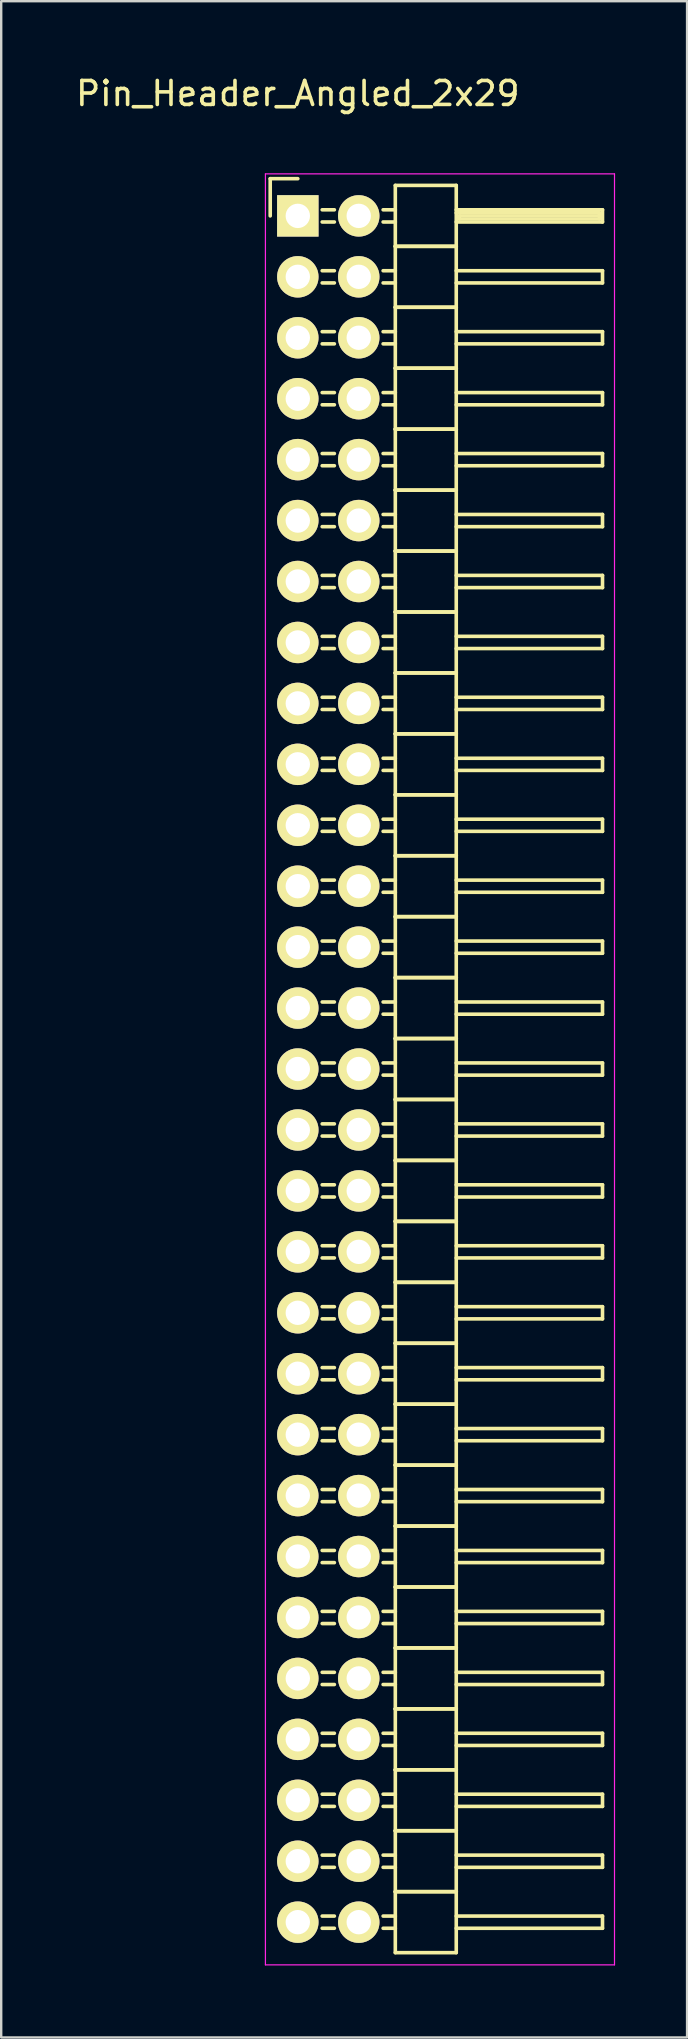
<source format=kicad_pcb>
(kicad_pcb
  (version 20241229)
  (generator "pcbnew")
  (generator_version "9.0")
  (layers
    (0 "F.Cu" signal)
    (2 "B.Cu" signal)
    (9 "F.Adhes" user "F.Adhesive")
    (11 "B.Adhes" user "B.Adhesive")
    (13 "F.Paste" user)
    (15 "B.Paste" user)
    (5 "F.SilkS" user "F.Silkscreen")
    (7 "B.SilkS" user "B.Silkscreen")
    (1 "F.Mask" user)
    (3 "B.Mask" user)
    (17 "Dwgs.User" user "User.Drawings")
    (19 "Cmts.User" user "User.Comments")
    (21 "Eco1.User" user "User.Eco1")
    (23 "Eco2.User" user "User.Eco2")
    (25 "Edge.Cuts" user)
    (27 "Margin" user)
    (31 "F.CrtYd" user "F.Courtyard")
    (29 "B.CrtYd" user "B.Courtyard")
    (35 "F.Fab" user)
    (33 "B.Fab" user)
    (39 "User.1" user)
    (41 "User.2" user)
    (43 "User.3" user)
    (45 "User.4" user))
  (footprint "Pin_Header_Angled_2x29"
    (layer "F.Cu")
    (at 9.363 5.948)
    (property "Reference" "Pin_Header_Angled_2x29" (at 0 -5.1 0) (layer "F.SilkS") (effects (font (size 1 1) (thickness 0.15))))
    (attr through_hole)
    (fp_line (start -1.15 -1.55) (end -1.15 0) (stroke (width 0.15) (type solid)) (layer "F.SilkS"))
    (fp_line (start 0 -1.55) (end -1.15 -1.55) (stroke (width 0.15) (type solid)) (layer "F.SilkS"))
    (fp_line (start 1.524 -0.254) (end 1.016 -0.254) (stroke (width 0.15) (type solid)) (layer "F.SilkS"))
    (fp_line (start 1.524 0.254) (end 1.016 0.254) (stroke (width 0.15) (type solid)) (layer "F.SilkS"))
    (fp_line (start 1.524 2.286) (end 1.016 2.286) (stroke (width 0.15) (type solid)) (layer "F.SilkS"))
    (fp_line (start 1.524 2.794) (end 1.016 2.794) (stroke (width 0.15) (type solid)) (layer "F.SilkS"))
    (fp_line (start 1.524 4.826) (end 1.016 4.826) (stroke (width 0.15) (type solid)) (layer "F.SilkS"))
    (fp_line (start 1.524 5.334) (end 1.016 5.334) (stroke (width 0.15) (type solid)) (layer "F.SilkS"))
    (fp_line (start 1.524 7.366) (end 1.016 7.366) (stroke (width 0.15) (type solid)) (layer "F.SilkS"))
    (fp_line (start 1.524 7.874) (end 1.016 7.874) (stroke (width 0.15) (type solid)) (layer "F.SilkS"))
    (fp_line (start 1.524 9.906) (end 1.016 9.906) (stroke (width 0.15) (type solid)) (layer "F.SilkS"))
    (fp_line (start 1.524 10.414) (end 1.016 10.414) (stroke (width 0.15) (type solid)) (layer "F.SilkS"))
    (fp_line (start 1.524 12.446) (end 1.016 12.446) (stroke (width 0.15) (type solid)) (layer "F.SilkS"))
    (fp_line (start 1.524 12.954) (end 1.016 12.954) (stroke (width 0.15) (type solid)) (layer "F.SilkS"))
    (fp_line (start 1.524 14.986) (end 1.016 14.986) (stroke (width 0.15) (type solid)) (layer "F.SilkS"))
    (fp_line (start 1.524 15.494) (end 1.016 15.494) (stroke (width 0.15) (type solid)) (layer "F.SilkS"))
    (fp_line (start 1.524 17.526) (end 1.016 17.526) (stroke (width 0.15) (type solid)) (layer "F.SilkS"))
    (fp_line (start 1.524 18.034) (end 1.016 18.034) (stroke (width 0.15) (type solid)) (layer "F.SilkS"))
    (fp_line (start 1.524 20.066) (end 1.016 20.066) (stroke (width 0.15) (type solid)) (layer "F.SilkS"))
    (fp_line (start 1.524 20.574) (end 1.016 20.574) (stroke (width 0.15) (type solid)) (layer "F.SilkS"))
    (fp_line (start 1.524 22.606) (end 1.016 22.606) (stroke (width 0.15) (type solid)) (layer "F.SilkS"))
    (fp_line (start 1.524 23.114) (end 1.016 23.114) (stroke (width 0.15) (type solid)) (layer "F.SilkS"))
    (fp_line (start 1.524 25.146) (end 1.016 25.146) (stroke (width 0.15) (type solid)) (layer "F.SilkS"))
    (fp_line (start 1.524 25.654) (end 1.016 25.654) (stroke (width 0.15) (type solid)) (layer "F.SilkS"))
    (fp_line (start 1.524 27.686) (end 1.016 27.686) (stroke (width 0.15) (type solid)) (layer "F.SilkS"))
    (fp_line (start 1.524 28.194) (end 1.016 28.194) (stroke (width 0.15) (type solid)) (layer "F.SilkS"))
    (fp_line (start 1.524 30.226) (end 1.016 30.226) (stroke (width 0.15) (type solid)) (layer "F.SilkS"))
    (fp_line (start 1.524 30.734) (end 1.016 30.734) (stroke (width 0.15) (type solid)) (layer "F.SilkS"))
    (fp_line (start 1.524 32.766) (end 1.016 32.766) (stroke (width 0.15) (type solid)) (layer "F.SilkS"))
    (fp_line (start 1.524 33.274) (end 1.016 33.274) (stroke (width 0.15) (type solid)) (layer "F.SilkS"))
    (fp_line (start 1.524 35.306) (end 1.016 35.306) (stroke (width 0.15) (type solid)) (layer "F.SilkS"))
    (fp_line (start 1.524 35.814) (end 1.016 35.814) (stroke (width 0.15) (type solid)) (layer "F.SilkS"))
    (fp_line (start 1.524 37.846) (end 1.016 37.846) (stroke (width 0.15) (type solid)) (layer "F.SilkS"))
    (fp_line (start 1.524 38.354) (end 1.016 38.354) (stroke (width 0.15) (type solid)) (layer "F.SilkS"))
    (fp_line (start 1.524 40.386) (end 1.016 40.386) (stroke (width 0.15) (type solid)) (layer "F.SilkS"))
    (fp_line (start 1.524 40.894) (end 1.016 40.894) (stroke (width 0.15) (type solid)) (layer "F.SilkS"))
    (fp_line (start 1.524 42.926) (end 1.016 42.926) (stroke (width 0.15) (type solid)) (layer "F.SilkS"))
    (fp_line (start 1.524 43.434) (end 1.016 43.434) (stroke (width 0.15) (type solid)) (layer "F.SilkS"))
    (fp_line (start 1.524 45.466) (end 1.016 45.466) (stroke (width 0.15) (type solid)) (layer "F.SilkS"))
    (fp_line (start 1.524 45.974) (end 1.016 45.974) (stroke (width 0.15) (type solid)) (layer "F.SilkS"))
    (fp_line (start 1.524 48.006) (end 1.016 48.006) (stroke (width 0.15) (type solid)) (layer "F.SilkS"))
    (fp_line (start 1.524 48.514) (end 1.016 48.514) (stroke (width 0.15) (type solid)) (layer "F.SilkS"))
    (fp_line (start 1.524 50.546) (end 1.016 50.546) (stroke (width 0.15) (type solid)) (layer "F.SilkS"))
    (fp_line (start 1.524 51.054) (end 1.016 51.054) (stroke (width 0.15) (type solid)) (layer "F.SilkS"))
    (fp_line (start 1.524 53.086) (end 1.016 53.086) (stroke (width 0.15) (type solid)) (layer "F.SilkS"))
    (fp_line (start 1.524 53.594) (end 1.016 53.594) (stroke (width 0.15) (type solid)) (layer "F.SilkS"))
    (fp_line (start 1.524 55.626) (end 1.016 55.626) (stroke (width 0.15) (type solid)) (layer "F.SilkS"))
    (fp_line (start 1.524 56.134) (end 1.016 56.134) (stroke (width 0.15) (type solid)) (layer "F.SilkS"))
    (fp_line (start 1.524 58.166) (end 1.016 58.166) (stroke (width 0.15) (type solid)) (layer "F.SilkS"))
    (fp_line (start 1.524 58.674) (end 1.016 58.674) (stroke (width 0.15) (type solid)) (layer "F.SilkS"))
    (fp_line (start 1.524 60.706) (end 1.016 60.706) (stroke (width 0.15) (type solid)) (layer "F.SilkS"))
    (fp_line (start 1.524 61.214) (end 1.016 61.214) (stroke (width 0.15) (type solid)) (layer "F.SilkS"))
    (fp_line (start 1.524 63.246) (end 1.016 63.246) (stroke (width 0.15) (type solid)) (layer "F.SilkS"))
    (fp_line (start 1.524 63.754) (end 1.016 63.754) (stroke (width 0.15) (type solid)) (layer "F.SilkS"))
    (fp_line (start 1.524 65.786) (end 1.016 65.786) (stroke (width 0.15) (type solid)) (layer "F.SilkS"))
    (fp_line (start 1.524 66.294) (end 1.016 66.294) (stroke (width 0.15) (type solid)) (layer "F.SilkS"))
    (fp_line (start 1.524 68.326) (end 1.016 68.326) (stroke (width 0.15) (type solid)) (layer "F.SilkS"))
    (fp_line (start 1.524 68.834) (end 1.016 68.834) (stroke (width 0.15) (type solid)) (layer "F.SilkS"))
    (fp_line (start 1.524 70.866) (end 1.016 70.866) (stroke (width 0.15) (type solid)) (layer "F.SilkS"))
    (fp_line (start 1.524 71.374) (end 1.016 71.374) (stroke (width 0.15) (type solid)) (layer "F.SilkS"))
    (fp_line (start 4.064 -1.27) (end 4.064 1.27) (stroke (width 0.15) (type solid)) (layer "F.SilkS"))
    (fp_line (start 4.064 -1.27) (end 6.604 -1.27) (stroke (width 0.15) (type solid)) (layer "F.SilkS"))
    (fp_line (start 4.064 -0.254) (end 3.556 -0.254) (stroke (width 0.15) (type solid)) (layer "F.SilkS"))
    (fp_line (start 4.064 0.254) (end 3.556 0.254) (stroke (width 0.15) (type solid)) (layer "F.SilkS"))
    (fp_line (start 4.064 1.27) (end 4.064 3.81) (stroke (width 0.15) (type solid)) (layer "F.SilkS"))
    (fp_line (start 4.064 1.27) (end 6.604 1.27) (stroke (width 0.15) (type solid)) (layer "F.SilkS"))
    (fp_line (start 4.064 1.27) (end 6.604 1.27) (stroke (width 0.15) (type solid)) (layer "F.SilkS"))
    (fp_line (start 4.064 2.286) (end 3.556 2.286) (stroke (width 0.15) (type solid)) (layer "F.SilkS"))
    (fp_line (start 4.064 2.794) (end 3.556 2.794) (stroke (width 0.15) (type solid)) (layer "F.SilkS"))
    (fp_line (start 4.064 3.81) (end 4.064 6.35) (stroke (width 0.15) (type solid)) (layer "F.SilkS"))
    (fp_line (start 4.064 3.81) (end 6.604 3.81) (stroke (width 0.15) (type solid)) (layer "F.SilkS"))
    (fp_line (start 4.064 3.81) (end 6.604 3.81) (stroke (width 0.15) (type solid)) (layer "F.SilkS"))
    (fp_line (start 4.064 4.826) (end 3.556 4.826) (stroke (width 0.15) (type solid)) (layer "F.SilkS"))
    (fp_line (start 4.064 5.334) (end 3.556 5.334) (stroke (width 0.15) (type solid)) (layer "F.SilkS"))
    (fp_line (start 4.064 6.35) (end 4.064 8.89) (stroke (width 0.15) (type solid)) (layer "F.SilkS"))
    (fp_line (start 4.064 6.35) (end 6.604 6.35) (stroke (width 0.15) (type solid)) (layer "F.SilkS"))
    (fp_line (start 4.064 6.35) (end 6.604 6.35) (stroke (width 0.15) (type solid)) (layer "F.SilkS"))
    (fp_line (start 4.064 7.366) (end 3.556 7.366) (stroke (width 0.15) (type solid)) (layer "F.SilkS"))
    (fp_line (start 4.064 7.874) (end 3.556 7.874) (stroke (width 0.15) (type solid)) (layer "F.SilkS"))
    (fp_line (start 4.064 8.89) (end 4.064 11.43) (stroke (width 0.15) (type solid)) (layer "F.SilkS"))
    (fp_line (start 4.064 8.89) (end 6.604 8.89) (stroke (width 0.15) (type solid)) (layer "F.SilkS"))
    (fp_line (start 4.064 8.89) (end 6.604 8.89) (stroke (width 0.15) (type solid)) (layer "F.SilkS"))
    (fp_line (start 4.064 9.906) (end 3.556 9.906) (stroke (width 0.15) (type solid)) (layer "F.SilkS"))
    (fp_line (start 4.064 10.414) (end 3.556 10.414) (stroke (width 0.15) (type solid)) (layer "F.SilkS"))
    (fp_line (start 4.064 11.43) (end 4.064 13.97) (stroke (width 0.15) (type solid)) (layer "F.SilkS"))
    (fp_line (start 4.064 11.43) (end 6.604 11.43) (stroke (width 0.15) (type solid)) (layer "F.SilkS"))
    (fp_line (start 4.064 11.43) (end 6.604 11.43) (stroke (width 0.15) (type solid)) (layer "F.SilkS"))
    (fp_line (start 4.064 12.446) (end 3.556 12.446) (stroke (width 0.15) (type solid)) (layer "F.SilkS"))
    (fp_line (start 4.064 12.954) (end 3.556 12.954) (stroke (width 0.15) (type solid)) (layer "F.SilkS"))
    (fp_line (start 4.064 13.97) (end 4.064 16.51) (stroke (width 0.15) (type solid)) (layer "F.SilkS"))
    (fp_line (start 4.064 13.97) (end 6.604 13.97) (stroke (width 0.15) (type solid)) (layer "F.SilkS"))
    (fp_line (start 4.064 13.97) (end 6.604 13.97) (stroke (width 0.15) (type solid)) (layer "F.SilkS"))
    (fp_line (start 4.064 14.986) (end 3.556 14.986) (stroke (width 0.15) (type solid)) (layer "F.SilkS"))
    (fp_line (start 4.064 15.494) (end 3.556 15.494) (stroke (width 0.15) (type solid)) (layer "F.SilkS"))
    (fp_line (start 4.064 16.51) (end 4.064 19.05) (stroke (width 0.15) (type solid)) (layer "F.SilkS"))
    (fp_line (start 4.064 16.51) (end 6.604 16.51) (stroke (width 0.15) (type solid)) (layer "F.SilkS"))
    (fp_line (start 4.064 16.51) (end 6.604 16.51) (stroke (width 0.15) (type solid)) (layer "F.SilkS"))
    (fp_line (start 4.064 17.526) (end 3.556 17.526) (stroke (width 0.15) (type solid)) (layer "F.SilkS"))
    (fp_line (start 4.064 18.034) (end 3.556 18.034) (stroke (width 0.15) (type solid)) (layer "F.SilkS"))
    (fp_line (start 4.064 19.05) (end 4.064 21.59) (stroke (width 0.15) (type solid)) (layer "F.SilkS"))
    (fp_line (start 4.064 19.05) (end 6.604 19.05) (stroke (width 0.15) (type solid)) (layer "F.SilkS"))
    (fp_line (start 4.064 19.05) (end 6.604 19.05) (stroke (width 0.15) (type solid)) (layer "F.SilkS"))
    (fp_line (start 4.064 20.066) (end 3.556 20.066) (stroke (width 0.15) (type solid)) (layer "F.SilkS"))
    (fp_line (start 4.064 20.574) (end 3.556 20.574) (stroke (width 0.15) (type solid)) (layer "F.SilkS"))
    (fp_line (start 4.064 21.59) (end 4.064 24.13) (stroke (width 0.15) (type solid)) (layer "F.SilkS"))
    (fp_line (start 4.064 21.59) (end 6.604 21.59) (stroke (width 0.15) (type solid)) (layer "F.SilkS"))
    (fp_line (start 4.064 21.59) (end 6.604 21.59) (stroke (width 0.15) (type solid)) (layer "F.SilkS"))
    (fp_line (start 4.064 22.606) (end 3.556 22.606) (stroke (width 0.15) (type solid)) (layer "F.SilkS"))
    (fp_line (start 4.064 23.114) (end 3.556 23.114) (stroke (width 0.15) (type solid)) (layer "F.SilkS"))
    (fp_line (start 4.064 24.13) (end 4.064 26.67) (stroke (width 0.15) (type solid)) (layer "F.SilkS"))
    (fp_line (start 4.064 24.13) (end 6.604 24.13) (stroke (width 0.15) (type solid)) (layer "F.SilkS"))
    (fp_line (start 4.064 24.13) (end 6.604 24.13) (stroke (width 0.15) (type solid)) (layer "F.SilkS"))
    (fp_line (start 4.064 25.146) (end 3.556 25.146) (stroke (width 0.15) (type solid)) (layer "F.SilkS"))
    (fp_line (start 4.064 25.654) (end 3.556 25.654) (stroke (width 0.15) (type solid)) (layer "F.SilkS"))
    (fp_line (start 4.064 26.67) (end 4.064 29.21) (stroke (width 0.15) (type solid)) (layer "F.SilkS"))
    (fp_line (start 4.064 26.67) (end 6.604 26.67) (stroke (width 0.15) (type solid)) (layer "F.SilkS"))
    (fp_line (start 4.064 26.67) (end 6.604 26.67) (stroke (width 0.15) (type solid)) (layer "F.SilkS"))
    (fp_line (start 4.064 27.686) (end 3.556 27.686) (stroke (width 0.15) (type solid)) (layer "F.SilkS"))
    (fp_line (start 4.064 28.194) (end 3.556 28.194) (stroke (width 0.15) (type solid)) (layer "F.SilkS"))
    (fp_line (start 4.064 29.21) (end 4.064 31.75) (stroke (width 0.15) (type solid)) (layer "F.SilkS"))
    (fp_line (start 4.064 29.21) (end 6.604 29.21) (stroke (width 0.15) (type solid)) (layer "F.SilkS"))
    (fp_line (start 4.064 29.21) (end 6.604 29.21) (stroke (width 0.15) (type solid)) (layer "F.SilkS"))
    (fp_line (start 4.064 30.226) (end 3.556 30.226) (stroke (width 0.15) (type solid)) (layer "F.SilkS"))
    (fp_line (start 4.064 30.734) (end 3.556 30.734) (stroke (width 0.15) (type solid)) (layer "F.SilkS"))
    (fp_line (start 4.064 31.75) (end 4.064 34.29) (stroke (width 0.15) (type solid)) (layer "F.SilkS"))
    (fp_line (start 4.064 31.75) (end 6.604 31.75) (stroke (width 0.15) (type solid)) (layer "F.SilkS"))
    (fp_line (start 4.064 31.75) (end 6.604 31.75) (stroke (width 0.15) (type solid)) (layer "F.SilkS"))
    (fp_line (start 4.064 32.766) (end 3.556 32.766) (stroke (width 0.15) (type solid)) (layer "F.SilkS"))
    (fp_line (start 4.064 33.274) (end 3.556 33.274) (stroke (width 0.15) (type solid)) (layer "F.SilkS"))
    (fp_line (start 4.064 34.29) (end 4.064 36.83) (stroke (width 0.15) (type solid)) (layer "F.SilkS"))
    (fp_line (start 4.064 34.29) (end 6.604 34.29) (stroke (width 0.15) (type solid)) (layer "F.SilkS"))
    (fp_line (start 4.064 34.29) (end 6.604 34.29) (stroke (width 0.15) (type solid)) (layer "F.SilkS"))
    (fp_line (start 4.064 35.306) (end 3.556 35.306) (stroke (width 0.15) (type solid)) (layer "F.SilkS"))
    (fp_line (start 4.064 35.814) (end 3.556 35.814) (stroke (width 0.15) (type solid)) (layer "F.SilkS"))
    (fp_line (start 4.064 36.83) (end 4.064 39.37) (stroke (width 0.15) (type solid)) (layer "F.SilkS"))
    (fp_line (start 4.064 36.83) (end 6.604 36.83) (stroke (width 0.15) (type solid)) (layer "F.SilkS"))
    (fp_line (start 4.064 36.83) (end 6.604 36.83) (stroke (width 0.15) (type solid)) (layer "F.SilkS"))
    (fp_line (start 4.064 37.846) (end 3.556 37.846) (stroke (width 0.15) (type solid)) (layer "F.SilkS"))
    (fp_line (start 4.064 38.354) (end 3.556 38.354) (stroke (width 0.15) (type solid)) (layer "F.SilkS"))
    (fp_line (start 4.064 39.37) (end 4.064 41.91) (stroke (width 0.15) (type solid)) (layer "F.SilkS"))
    (fp_line (start 4.064 39.37) (end 6.604 39.37) (stroke (width 0.15) (type solid)) (layer "F.SilkS"))
    (fp_line (start 4.064 39.37) (end 6.604 39.37) (stroke (width 0.15) (type solid)) (layer "F.SilkS"))
    (fp_line (start 4.064 40.386) (end 3.556 40.386) (stroke (width 0.15) (type solid)) (layer "F.SilkS"))
    (fp_line (start 4.064 40.894) (end 3.556 40.894) (stroke (width 0.15) (type solid)) (layer "F.SilkS"))
    (fp_line (start 4.064 41.91) (end 4.064 44.45) (stroke (width 0.15) (type solid)) (layer "F.SilkS"))
    (fp_line (start 4.064 41.91) (end 6.604 41.91) (stroke (width 0.15) (type solid)) (layer "F.SilkS"))
    (fp_line (start 4.064 41.91) (end 6.604 41.91) (stroke (width 0.15) (type solid)) (layer "F.SilkS"))
    (fp_line (start 4.064 42.926) (end 3.556 42.926) (stroke (width 0.15) (type solid)) (layer "F.SilkS"))
    (fp_line (start 4.064 43.434) (end 3.556 43.434) (stroke (width 0.15) (type solid)) (layer "F.SilkS"))
    (fp_line (start 4.064 44.45) (end 4.064 46.99) (stroke (width 0.15) (type solid)) (layer "F.SilkS"))
    (fp_line (start 4.064 44.45) (end 6.604 44.45) (stroke (width 0.15) (type solid)) (layer "F.SilkS"))
    (fp_line (start 4.064 44.45) (end 6.604 44.45) (stroke (width 0.15) (type solid)) (layer "F.SilkS"))
    (fp_line (start 4.064 45.466) (end 3.556 45.466) (stroke (width 0.15) (type solid)) (layer "F.SilkS"))
    (fp_line (start 4.064 45.974) (end 3.556 45.974) (stroke (width 0.15) (type solid)) (layer "F.SilkS"))
    (fp_line (start 4.064 46.99) (end 4.064 49.53) (stroke (width 0.15) (type solid)) (layer "F.SilkS"))
    (fp_line (start 4.064 46.99) (end 6.604 46.99) (stroke (width 0.15) (type solid)) (layer "F.SilkS"))
    (fp_line (start 4.064 46.99) (end 6.604 46.99) (stroke (width 0.15) (type solid)) (layer "F.SilkS"))
    (fp_line (start 4.064 48.006) (end 3.556 48.006) (stroke (width 0.15) (type solid)) (layer "F.SilkS"))
    (fp_line (start 4.064 48.514) (end 3.556 48.514) (stroke (width 0.15) (type solid)) (layer "F.SilkS"))
    (fp_line (start 4.064 49.53) (end 4.064 52.07) (stroke (width 0.15) (type solid)) (layer "F.SilkS"))
    (fp_line (start 4.064 49.53) (end 6.604 49.53) (stroke (width 0.15) (type solid)) (layer "F.SilkS"))
    (fp_line (start 4.064 49.53) (end 6.604 49.53) (stroke (width 0.15) (type solid)) (layer "F.SilkS"))
    (fp_line (start 4.064 50.546) (end 3.556 50.546) (stroke (width 0.15) (type solid)) (layer "F.SilkS"))
    (fp_line (start 4.064 51.054) (end 3.556 51.054) (stroke (width 0.15) (type solid)) (layer "F.SilkS"))
    (fp_line (start 4.064 52.07) (end 4.064 54.61) (stroke (width 0.15) (type solid)) (layer "F.SilkS"))
    (fp_line (start 4.064 52.07) (end 6.604 52.07) (stroke (width 0.15) (type solid)) (layer "F.SilkS"))
    (fp_line (start 4.064 52.07) (end 6.604 52.07) (stroke (width 0.15) (type solid)) (layer "F.SilkS"))
    (fp_line (start 4.064 53.086) (end 3.556 53.086) (stroke (width 0.15) (type solid)) (layer "F.SilkS"))
    (fp_line (start 4.064 53.594) (end 3.556 53.594) (stroke (width 0.15) (type solid)) (layer "F.SilkS"))
    (fp_line (start 4.064 54.61) (end 4.064 57.15) (stroke (width 0.15) (type solid)) (layer "F.SilkS"))
    (fp_line (start 4.064 54.61) (end 6.604 54.61) (stroke (width 0.15) (type solid)) (layer "F.SilkS"))
    (fp_line (start 4.064 54.61) (end 6.604 54.61) (stroke (width 0.15) (type solid)) (layer "F.SilkS"))
    (fp_line (start 4.064 55.626) (end 3.556 55.626) (stroke (width 0.15) (type solid)) (layer "F.SilkS"))
    (fp_line (start 4.064 56.134) (end 3.556 56.134) (stroke (width 0.15) (type solid)) (layer "F.SilkS"))
    (fp_line (start 4.064 57.15) (end 4.064 59.69) (stroke (width 0.15) (type solid)) (layer "F.SilkS"))
    (fp_line (start 4.064 57.15) (end 6.604 57.15) (stroke (width 0.15) (type solid)) (layer "F.SilkS"))
    (fp_line (start 4.064 57.15) (end 6.604 57.15) (stroke (width 0.15) (type solid)) (layer "F.SilkS"))
    (fp_line (start 4.064 58.166) (end 3.556 58.166) (stroke (width 0.15) (type solid)) (layer "F.SilkS"))
    (fp_line (start 4.064 58.674) (end 3.556 58.674) (stroke (width 0.15) (type solid)) (layer "F.SilkS"))
    (fp_line (start 4.064 59.69) (end 4.064 62.23) (stroke (width 0.15) (type solid)) (layer "F.SilkS"))
    (fp_line (start 4.064 59.69) (end 6.604 59.69) (stroke (width 0.15) (type solid)) (layer "F.SilkS"))
    (fp_line (start 4.064 59.69) (end 6.604 59.69) (stroke (width 0.15) (type solid)) (layer "F.SilkS"))
    (fp_line (start 4.064 60.706) (end 3.556 60.706) (stroke (width 0.15) (type solid)) (layer "F.SilkS"))
    (fp_line (start 4.064 61.214) (end 3.556 61.214) (stroke (width 0.15) (type solid)) (layer "F.SilkS"))
    (fp_line (start 4.064 62.23) (end 4.064 64.77) (stroke (width 0.15) (type solid)) (layer "F.SilkS"))
    (fp_line (start 4.064 62.23) (end 6.604 62.23) (stroke (width 0.15) (type solid)) (layer "F.SilkS"))
    (fp_line (start 4.064 62.23) (end 6.604 62.23) (stroke (width 0.15) (type solid)) (layer "F.SilkS"))
    (fp_line (start 4.064 63.246) (end 3.556 63.246) (stroke (width 0.15) (type solid)) (layer "F.SilkS"))
    (fp_line (start 4.064 63.754) (end 3.556 63.754) (stroke (width 0.15) (type solid)) (layer "F.SilkS"))
    (fp_line (start 4.064 64.77) (end 4.064 67.31) (stroke (width 0.15) (type solid)) (layer "F.SilkS"))
    (fp_line (start 4.064 64.77) (end 6.604 64.77) (stroke (width 0.15) (type solid)) (layer "F.SilkS"))
    (fp_line (start 4.064 64.77) (end 6.604 64.77) (stroke (width 0.15) (type solid)) (layer "F.SilkS"))
    (fp_line (start 4.064 65.786) (end 3.556 65.786) (stroke (width 0.15) (type solid)) (layer "F.SilkS"))
    (fp_line (start 4.064 66.294) (end 3.556 66.294) (stroke (width 0.15) (type solid)) (layer "F.SilkS"))
    (fp_line (start 4.064 67.31) (end 4.064 69.85) (stroke (width 0.15) (type solid)) (layer "F.SilkS"))
    (fp_line (start 4.064 67.31) (end 6.604 67.31) (stroke (width 0.15) (type solid)) (layer "F.SilkS"))
    (fp_line (start 4.064 67.31) (end 6.604 67.31) (stroke (width 0.15) (type solid)) (layer "F.SilkS"))
    (fp_line (start 4.064 68.326) (end 3.556 68.326) (stroke (width 0.15) (type solid)) (layer "F.SilkS"))
    (fp_line (start 4.064 68.834) (end 3.556 68.834) (stroke (width 0.15) (type solid)) (layer "F.SilkS"))
    (fp_line (start 4.064 69.85) (end 4.064 72.39) (stroke (width 0.15) (type solid)) (layer "F.SilkS"))
    (fp_line (start 4.064 69.85) (end 6.604 69.85) (stroke (width 0.15) (type solid)) (layer "F.SilkS"))
    (fp_line (start 4.064 69.85) (end 6.604 69.85) (stroke (width 0.15) (type solid)) (layer "F.SilkS"))
    (fp_line (start 4.064 70.866) (end 3.556 70.866) (stroke (width 0.15) (type solid)) (layer "F.SilkS"))
    (fp_line (start 4.064 71.374) (end 3.556 71.374) (stroke (width 0.15) (type solid)) (layer "F.SilkS"))
    (fp_line (start 4.064 72.39) (end 6.604 72.39) (stroke (width 0.15) (type solid)) (layer "F.SilkS"))
    (fp_line (start 6.604 -0.254) (end 12.7 -0.254) (stroke (width 0.15) (type solid)) (layer "F.SilkS"))
    (fp_line (start 6.604 -0.127) (end 12.573 -0.127) (stroke (width 0.15) (type solid)) (layer "F.SilkS"))
    (fp_line (start 6.604 1.27) (end 6.604 -1.27) (stroke (width 0.15) (type solid)) (layer "F.SilkS"))
    (fp_line (start 6.604 2.286) (end 12.7 2.286) (stroke (width 0.15) (type solid)) (layer "F.SilkS"))
    (fp_line (start 6.604 3.81) (end 6.604 1.27) (stroke (width 0.15) (type solid)) (layer "F.SilkS"))
    (fp_line (start 6.604 4.826) (end 12.7 4.826) (stroke (width 0.15) (type solid)) (layer "F.SilkS"))
    (fp_line (start 6.604 6.35) (end 6.604 3.81) (stroke (width 0.15) (type solid)) (layer "F.SilkS"))
    (fp_line (start 6.604 7.366) (end 12.7 7.366) (stroke (width 0.15) (type solid)) (layer "F.SilkS"))
    (fp_line (start 6.604 8.89) (end 6.604 6.35) (stroke (width 0.15) (type solid)) (layer "F.SilkS"))
    (fp_line (start 6.604 9.906) (end 12.7 9.906) (stroke (width 0.15) (type solid)) (layer "F.SilkS"))
    (fp_line (start 6.604 11.43) (end 6.604 8.89) (stroke (width 0.15) (type solid)) (layer "F.SilkS"))
    (fp_line (start 6.604 12.446) (end 12.7 12.446) (stroke (width 0.15) (type solid)) (layer "F.SilkS"))
    (fp_line (start 6.604 13.97) (end 6.604 11.43) (stroke (width 0.15) (type solid)) (layer "F.SilkS"))
    (fp_line (start 6.604 14.986) (end 12.7 14.986) (stroke (width 0.15) (type solid)) (layer "F.SilkS"))
    (fp_line (start 6.604 16.51) (end 6.604 13.97) (stroke (width 0.15) (type solid)) (layer "F.SilkS"))
    (fp_line (start 6.604 17.526) (end 12.7 17.526) (stroke (width 0.15) (type solid)) (layer "F.SilkS"))
    (fp_line (start 6.604 19.05) (end 6.604 16.51) (stroke (width 0.15) (type solid)) (layer "F.SilkS"))
    (fp_line (start 6.604 20.066) (end 12.7 20.066) (stroke (width 0.15) (type solid)) (layer "F.SilkS"))
    (fp_line (start 6.604 21.59) (end 6.604 19.05) (stroke (width 0.15) (type solid)) (layer "F.SilkS"))
    (fp_line (start 6.604 22.606) (end 12.7 22.606) (stroke (width 0.15) (type solid)) (layer "F.SilkS"))
    (fp_line (start 6.604 24.13) (end 6.604 21.59) (stroke (width 0.15) (type solid)) (layer "F.SilkS"))
    (fp_line (start 6.604 25.146) (end 12.7 25.146) (stroke (width 0.15) (type solid)) (layer "F.SilkS"))
    (fp_line (start 6.604 26.67) (end 6.604 24.13) (stroke (width 0.15) (type solid)) (layer "F.SilkS"))
    (fp_line (start 6.604 27.686) (end 12.7 27.686) (stroke (width 0.15) (type solid)) (layer "F.SilkS"))
    (fp_line (start 6.604 29.21) (end 6.604 26.67) (stroke (width 0.15) (type solid)) (layer "F.SilkS"))
    (fp_line (start 6.604 30.226) (end 12.7 30.226) (stroke (width 0.15) (type solid)) (layer "F.SilkS"))
    (fp_line (start 6.604 31.75) (end 6.604 29.21) (stroke (width 0.15) (type solid)) (layer "F.SilkS"))
    (fp_line (start 6.604 32.766) (end 12.7 32.766) (stroke (width 0.15) (type solid)) (layer "F.SilkS"))
    (fp_line (start 6.604 34.29) (end 6.604 31.75) (stroke (width 0.15) (type solid)) (layer "F.SilkS"))
    (fp_line (start 6.604 35.306) (end 12.7 35.306) (stroke (width 0.15) (type solid)) (layer "F.SilkS"))
    (fp_line (start 6.604 36.83) (end 6.604 34.29) (stroke (width 0.15) (type solid)) (layer "F.SilkS"))
    (fp_line (start 6.604 37.846) (end 12.7 37.846) (stroke (width 0.15) (type solid)) (layer "F.SilkS"))
    (fp_line (start 6.604 39.37) (end 6.604 36.83) (stroke (width 0.15) (type solid)) (layer "F.SilkS"))
    (fp_line (start 6.604 40.386) (end 12.7 40.386) (stroke (width 0.15) (type solid)) (layer "F.SilkS"))
    (fp_line (start 6.604 41.91) (end 6.604 39.37) (stroke (width 0.15) (type solid)) (layer "F.SilkS"))
    (fp_line (start 6.604 42.926) (end 12.7 42.926) (stroke (width 0.15) (type solid)) (layer "F.SilkS"))
    (fp_line (start 6.604 44.45) (end 6.604 41.91) (stroke (width 0.15) (type solid)) (layer "F.SilkS"))
    (fp_line (start 6.604 45.466) (end 12.7 45.466) (stroke (width 0.15) (type solid)) (layer "F.SilkS"))
    (fp_line (start 6.604 46.99) (end 6.604 44.45) (stroke (width 0.15) (type solid)) (layer "F.SilkS"))
    (fp_line (start 6.604 48.006) (end 12.7 48.006) (stroke (width 0.15) (type solid)) (layer "F.SilkS"))
    (fp_line (start 6.604 49.53) (end 6.604 46.99) (stroke (width 0.15) (type solid)) (layer "F.SilkS"))
    (fp_line (start 6.604 50.546) (end 12.7 50.546) (stroke (width 0.15) (type solid)) (layer "F.SilkS"))
    (fp_line (start 6.604 52.07) (end 6.604 49.53) (stroke (width 0.15) (type solid)) (layer "F.SilkS"))
    (fp_line (start 6.604 53.086) (end 12.7 53.086) (stroke (width 0.15) (type solid)) (layer "F.SilkS"))
    (fp_line (start 6.604 54.61) (end 6.604 52.07) (stroke (width 0.15) (type solid)) (layer "F.SilkS"))
    (fp_line (start 6.604 55.626) (end 12.7 55.626) (stroke (width 0.15) (type solid)) (layer "F.SilkS"))
    (fp_line (start 6.604 57.15) (end 6.604 54.61) (stroke (width 0.15) (type solid)) (layer "F.SilkS"))
    (fp_line (start 6.604 58.166) (end 12.7 58.166) (stroke (width 0.15) (type solid)) (layer "F.SilkS"))
    (fp_line (start 6.604 59.69) (end 6.604 57.15) (stroke (width 0.15) (type solid)) (layer "F.SilkS"))
    (fp_line (start 6.604 60.706) (end 12.7 60.706) (stroke (width 0.15) (type solid)) (layer "F.SilkS"))
    (fp_line (start 6.604 62.23) (end 6.604 59.69) (stroke (width 0.15) (type solid)) (layer "F.SilkS"))
    (fp_line (start 6.604 63.246) (end 12.7 63.246) (stroke (width 0.15) (type solid)) (layer "F.SilkS"))
    (fp_line (start 6.604 64.77) (end 6.604 62.23) (stroke (width 0.15) (type solid)) (layer "F.SilkS"))
    (fp_line (start 6.604 65.786) (end 12.7 65.786) (stroke (width 0.15) (type solid)) (layer "F.SilkS"))
    (fp_line (start 6.604 67.31) (end 6.604 64.77) (stroke (width 0.15) (type solid)) (layer "F.SilkS"))
    (fp_line (start 6.604 68.326) (end 12.7 68.326) (stroke (width 0.15) (type solid)) (layer "F.SilkS"))
    (fp_line (start 6.604 69.85) (end 6.604 67.31) (stroke (width 0.15) (type solid)) (layer "F.SilkS"))
    (fp_line (start 6.604 70.866) (end 12.7 70.866) (stroke (width 0.15) (type solid)) (layer "F.SilkS"))
    (fp_line (start 6.604 72.39) (end 6.604 69.85) (stroke (width 0.15) (type solid)) (layer "F.SilkS"))
    (fp_line (start 6.731 0) (end 12.573 0) (stroke (width 0.15) (type solid)) (layer "F.SilkS"))
    (fp_line (start 6.731 0.127) (end 6.731 0) (stroke (width 0.15) (type solid)) (layer "F.SilkS"))
    (fp_line (start 12.573 -0.127) (end 12.573 0.127) (stroke (width 0.15) (type solid)) (layer "F.SilkS"))
    (fp_line (start 12.573 0.127) (end 6.731 0.127) (stroke (width 0.15) (type solid)) (layer "F.SilkS"))
    (fp_line (start 12.7 -0.254) (end 12.7 0.254) (stroke (width 0.15) (type solid)) (layer "F.SilkS"))
    (fp_line (start 12.7 0.254) (end 6.604 0.254) (stroke (width 0.15) (type solid)) (layer "F.SilkS"))
    (fp_line (start 12.7 2.286) (end 12.7 2.794) (stroke (width 0.15) (type solid)) (layer "F.SilkS"))
    (fp_line (start 12.7 2.794) (end 6.604 2.794) (stroke (width 0.15) (type solid)) (layer "F.SilkS"))
    (fp_line (start 12.7 4.826) (end 12.7 5.334) (stroke (width 0.15) (type solid)) (layer "F.SilkS"))
    (fp_line (start 12.7 5.334) (end 6.604 5.334) (stroke (width 0.15) (type solid)) (layer "F.SilkS"))
    (fp_line (start 12.7 7.366) (end 12.7 7.874) (stroke (width 0.15) (type solid)) (layer "F.SilkS"))
    (fp_line (start 12.7 7.874) (end 6.604 7.874) (stroke (width 0.15) (type solid)) (layer "F.SilkS"))
    (fp_line (start 12.7 9.906) (end 12.7 10.414) (stroke (width 0.15) (type solid)) (layer "F.SilkS"))
    (fp_line (start 12.7 10.414) (end 6.604 10.414) (stroke (width 0.15) (type solid)) (layer "F.SilkS"))
    (fp_line (start 12.7 12.446) (end 12.7 12.954) (stroke (width 0.15) (type solid)) (layer "F.SilkS"))
    (fp_line (start 12.7 12.954) (end 6.604 12.954) (stroke (width 0.15) (type solid)) (layer "F.SilkS"))
    (fp_line (start 12.7 14.986) (end 12.7 15.494) (stroke (width 0.15) (type solid)) (layer "F.SilkS"))
    (fp_line (start 12.7 15.494) (end 6.604 15.494) (stroke (width 0.15) (type solid)) (layer "F.SilkS"))
    (fp_line (start 12.7 17.526) (end 12.7 18.034) (stroke (width 0.15) (type solid)) (layer "F.SilkS"))
    (fp_line (start 12.7 18.034) (end 6.604 18.034) (stroke (width 0.15) (type solid)) (layer "F.SilkS"))
    (fp_line (start 12.7 20.066) (end 12.7 20.574) (stroke (width 0.15) (type solid)) (layer "F.SilkS"))
    (fp_line (start 12.7 20.574) (end 6.604 20.574) (stroke (width 0.15) (type solid)) (layer "F.SilkS"))
    (fp_line (start 12.7 22.606) (end 12.7 23.114) (stroke (width 0.15) (type solid)) (layer "F.SilkS"))
    (fp_line (start 12.7 23.114) (end 6.604 23.114) (stroke (width 0.15) (type solid)) (layer "F.SilkS"))
    (fp_line (start 12.7 25.146) (end 12.7 25.654) (stroke (width 0.15) (type solid)) (layer "F.SilkS"))
    (fp_line (start 12.7 25.654) (end 6.604 25.654) (stroke (width 0.15) (type solid)) (layer "F.SilkS"))
    (fp_line (start 12.7 27.686) (end 12.7 28.194) (stroke (width 0.15) (type solid)) (layer "F.SilkS"))
    (fp_line (start 12.7 28.194) (end 6.604 28.194) (stroke (width 0.15) (type solid)) (layer "F.SilkS"))
    (fp_line (start 12.7 30.226) (end 12.7 30.734) (stroke (width 0.15) (type solid)) (layer "F.SilkS"))
    (fp_line (start 12.7 30.734) (end 6.604 30.734) (stroke (width 0.15) (type solid)) (layer "F.SilkS"))
    (fp_line (start 12.7 32.766) (end 12.7 33.274) (stroke (width 0.15) (type solid)) (layer "F.SilkS"))
    (fp_line (start 12.7 33.274) (end 6.604 33.274) (stroke (width 0.15) (type solid)) (layer "F.SilkS"))
    (fp_line (start 12.7 35.306) (end 12.7 35.814) (stroke (width 0.15) (type solid)) (layer "F.SilkS"))
    (fp_line (start 12.7 35.814) (end 6.604 35.814) (stroke (width 0.15) (type solid)) (layer "F.SilkS"))
    (fp_line (start 12.7 37.846) (end 12.7 38.354) (stroke (width 0.15) (type solid)) (layer "F.SilkS"))
    (fp_line (start 12.7 38.354) (end 6.604 38.354) (stroke (width 0.15) (type solid)) (layer "F.SilkS"))
    (fp_line (start 12.7 40.386) (end 12.7 40.894) (stroke (width 0.15) (type solid)) (layer "F.SilkS"))
    (fp_line (start 12.7 40.894) (end 6.604 40.894) (stroke (width 0.15) (type solid)) (layer "F.SilkS"))
    (fp_line (start 12.7 42.926) (end 12.7 43.434) (stroke (width 0.15) (type solid)) (layer "F.SilkS"))
    (fp_line (start 12.7 43.434) (end 6.604 43.434) (stroke (width 0.15) (type solid)) (layer "F.SilkS"))
    (fp_line (start 12.7 45.466) (end 12.7 45.974) (stroke (width 0.15) (type solid)) (layer "F.SilkS"))
    (fp_line (start 12.7 45.974) (end 6.604 45.974) (stroke (width 0.15) (type solid)) (layer "F.SilkS"))
    (fp_line (start 12.7 48.006) (end 12.7 48.514) (stroke (width 0.15) (type solid)) (layer "F.SilkS"))
    (fp_line (start 12.7 48.514) (end 6.604 48.514) (stroke (width 0.15) (type solid)) (layer "F.SilkS"))
    (fp_line (start 12.7 50.546) (end 12.7 51.054) (stroke (width 0.15) (type solid)) (layer "F.SilkS"))
    (fp_line (start 12.7 51.054) (end 6.604 51.054) (stroke (width 0.15) (type solid)) (layer "F.SilkS"))
    (fp_line (start 12.7 53.086) (end 12.7 53.594) (stroke (width 0.15) (type solid)) (layer "F.SilkS"))
    (fp_line (start 12.7 53.594) (end 6.604 53.594) (stroke (width 0.15) (type solid)) (layer "F.SilkS"))
    (fp_line (start 12.7 55.626) (end 12.7 56.134) (stroke (width 0.15) (type solid)) (layer "F.SilkS"))
    (fp_line (start 12.7 56.134) (end 6.604 56.134) (stroke (width 0.15) (type solid)) (layer "F.SilkS"))
    (fp_line (start 12.7 58.166) (end 12.7 58.674) (stroke (width 0.15) (type solid)) (layer "F.SilkS"))
    (fp_line (start 12.7 58.674) (end 6.604 58.674) (stroke (width 0.15) (type solid)) (layer "F.SilkS"))
    (fp_line (start 12.7 60.706) (end 12.7 61.214) (stroke (width 0.15) (type solid)) (layer "F.SilkS"))
    (fp_line (start 12.7 61.214) (end 6.604 61.214) (stroke (width 0.15) (type solid)) (layer "F.SilkS"))
    (fp_line (start 12.7 63.246) (end 12.7 63.754) (stroke (width 0.15) (type solid)) (layer "F.SilkS"))
    (fp_line (start 12.7 63.754) (end 6.604 63.754) (stroke (width 0.15) (type solid)) (layer "F.SilkS"))
    (fp_line (start 12.7 65.786) (end 12.7 66.294) (stroke (width 0.15) (type solid)) (layer "F.SilkS"))
    (fp_line (start 12.7 66.294) (end 6.604 66.294) (stroke (width 0.15) (type solid)) (layer "F.SilkS"))
    (fp_line (start 12.7 68.326) (end 12.7 68.834) (stroke (width 0.15) (type solid)) (layer "F.SilkS"))
    (fp_line (start 12.7 68.834) (end 6.604 68.834) (stroke (width 0.15) (type solid)) (layer "F.SilkS"))
    (fp_line (start 12.7 70.866) (end 12.7 71.374) (stroke (width 0.15) (type solid)) (layer "F.SilkS"))
    (fp_line (start 12.7 71.374) (end 6.604 71.374) (stroke (width 0.15) (type solid)) (layer "F.SilkS"))
    (fp_line (start -1.35 -1.75) (end -1.35 72.9) (stroke (width 0.05) (type solid)) (layer "F.CrtYd"))
    (fp_line (start -1.35 -1.75) (end 13.2 -1.75) (stroke (width 0.05) (type solid)) (layer "F.CrtYd"))
    (fp_line (start -1.35 72.9) (end 13.2 72.9) (stroke (width 0.05) (type solid)) (layer "F.CrtYd"))
    (fp_line (start 13.2 -1.75) (end 13.2 72.9) (stroke (width 0.05) (type solid)) (layer "F.CrtYd"))
    (pad "1" thru_hole rect (at 0 0) (size 1.727 1.727) (drill 1.016) (layers "*.Cu" "*.Mask" "F.SilkS"))
    (pad "2" thru_hole oval (at 2.54 0) (size 1.727 1.727) (drill 1.016) (layers "*.Cu" "*.Mask" "F.SilkS"))
    (pad "3" thru_hole oval (at 0 2.54) (size 1.727 1.727) (drill 1.016) (layers "*.Cu" "*.Mask" "F.SilkS"))
    (pad "4" thru_hole oval (at 2.54 2.54) (size 1.727 1.727) (drill 1.016) (layers "*.Cu" "*.Mask" "F.SilkS"))
    (pad "5" thru_hole oval (at 0 5.08) (size 1.727 1.727) (drill 1.016) (layers "*.Cu" "*.Mask" "F.SilkS"))
    (pad "6" thru_hole oval (at 2.54 5.08) (size 1.727 1.727) (drill 1.016) (layers "*.Cu" "*.Mask" "F.SilkS"))
    (pad "7" thru_hole oval (at 0 7.62) (size 1.727 1.727) (drill 1.016) (layers "*.Cu" "*.Mask" "F.SilkS"))
    (pad "8" thru_hole oval (at 2.54 7.62) (size 1.727 1.727) (drill 1.016) (layers "*.Cu" "*.Mask" "F.SilkS"))
    (pad "9" thru_hole oval (at 0 10.16) (size 1.727 1.727) (drill 1.016) (layers "*.Cu" "*.Mask" "F.SilkS"))
    (pad "10" thru_hole oval (at 2.54 10.16) (size 1.727 1.727) (drill 1.016) (layers "*.Cu" "*.Mask" "F.SilkS"))
    (pad "11" thru_hole oval (at 0 12.7) (size 1.727 1.727) (drill 1.016) (layers "*.Cu" "*.Mask" "F.SilkS"))
    (pad "12" thru_hole oval (at 2.54 12.7) (size 1.727 1.727) (drill 1.016) (layers "*.Cu" "*.Mask" "F.SilkS"))
    (pad "13" thru_hole oval (at 0 15.24) (size 1.727 1.727) (drill 1.016) (layers "*.Cu" "*.Mask" "F.SilkS"))
    (pad "14" thru_hole oval (at 2.54 15.24) (size 1.727 1.727) (drill 1.016) (layers "*.Cu" "*.Mask" "F.SilkS"))
    (pad "15" thru_hole oval (at 0 17.78) (size 1.727 1.727) (drill 1.016) (layers "*.Cu" "*.Mask" "F.SilkS"))
    (pad "16" thru_hole oval (at 2.54 17.78) (size 1.727 1.727) (drill 1.016) (layers "*.Cu" "*.Mask" "F.SilkS"))
    (pad "17" thru_hole oval (at 0 20.32) (size 1.727 1.727) (drill 1.016) (layers "*.Cu" "*.Mask" "F.SilkS"))
    (pad "18" thru_hole oval (at 2.54 20.32) (size 1.727 1.727) (drill 1.016) (layers "*.Cu" "*.Mask" "F.SilkS"))
    (pad "19" thru_hole oval (at 0 22.86) (size 1.727 1.727) (drill 1.016) (layers "*.Cu" "*.Mask" "F.SilkS"))
    (pad "20" thru_hole oval (at 2.54 22.86) (size 1.727 1.727) (drill 1.016) (layers "*.Cu" "*.Mask" "F.SilkS"))
    (pad "21" thru_hole oval (at 0 25.4) (size 1.727 1.727) (drill 1.016) (layers "*.Cu" "*.Mask" "F.SilkS"))
    (pad "22" thru_hole oval (at 2.54 25.4) (size 1.727 1.727) (drill 1.016) (layers "*.Cu" "*.Mask" "F.SilkS"))
    (pad "23" thru_hole oval (at 0 27.94) (size 1.727 1.727) (drill 1.016) (layers "*.Cu" "*.Mask" "F.SilkS"))
    (pad "24" thru_hole oval (at 2.54 27.94) (size 1.727 1.727) (drill 1.016) (layers "*.Cu" "*.Mask" "F.SilkS"))
    (pad "25" thru_hole oval (at 0 30.48) (size 1.727 1.727) (drill 1.016) (layers "*.Cu" "*.Mask" "F.SilkS"))
    (pad "26" thru_hole oval (at 2.54 30.48) (size 1.727 1.727) (drill 1.016) (layers "*.Cu" "*.Mask" "F.SilkS"))
    (pad "27" thru_hole oval (at 0 33.02) (size 1.727 1.727) (drill 1.016) (layers "*.Cu" "*.Mask" "F.SilkS"))
    (pad "28" thru_hole oval (at 2.54 33.02) (size 1.727 1.727) (drill 1.016) (layers "*.Cu" "*.Mask" "F.SilkS"))
    (pad "29" thru_hole oval (at 0 35.56) (size 1.727 1.727) (drill 1.016) (layers "*.Cu" "*.Mask" "F.SilkS"))
    (pad "30" thru_hole oval (at 2.54 35.56) (size 1.727 1.727) (drill 1.016) (layers "*.Cu" "*.Mask" "F.SilkS"))
    (pad "31" thru_hole oval (at 0 38.1) (size 1.727 1.727) (drill 1.016) (layers "*.Cu" "*.Mask" "F.SilkS"))
    (pad "32" thru_hole oval (at 2.54 38.1) (size 1.727 1.727) (drill 1.016) (layers "*.Cu" "*.Mask" "F.SilkS"))
    (pad "33" thru_hole oval (at 0 40.64) (size 1.727 1.727) (drill 1.016) (layers "*.Cu" "*.Mask" "F.SilkS"))
    (pad "34" thru_hole oval (at 2.54 40.64) (size 1.727 1.727) (drill 1.016) (layers "*.Cu" "*.Mask" "F.SilkS"))
    (pad "35" thru_hole oval (at 0 43.18) (size 1.727 1.727) (drill 1.016) (layers "*.Cu" "*.Mask" "F.SilkS"))
    (pad "36" thru_hole oval (at 2.54 43.18) (size 1.727 1.727) (drill 1.016) (layers "*.Cu" "*.Mask" "F.SilkS"))
    (pad "37" thru_hole oval (at 0 45.72) (size 1.727 1.727) (drill 1.016) (layers "*.Cu" "*.Mask" "F.SilkS"))
    (pad "38" thru_hole oval (at 2.54 45.72) (size 1.727 1.727) (drill 1.016) (layers "*.Cu" "*.Mask" "F.SilkS"))
    (pad "39" thru_hole oval (at 0 48.26) (size 1.727 1.727) (drill 1.016) (layers "*.Cu" "*.Mask" "F.SilkS"))
    (pad "40" thru_hole oval (at 2.54 48.26) (size 1.727 1.727) (drill 1.016) (layers "*.Cu" "*.Mask" "F.SilkS"))
    (pad "41" thru_hole oval (at 0 50.8) (size 1.727 1.727) (drill 1.016) (layers "*.Cu" "*.Mask" "F.SilkS"))
    (pad "42" thru_hole oval (at 2.54 50.8) (size 1.727 1.727) (drill 1.016) (layers "*.Cu" "*.Mask" "F.SilkS"))
    (pad "43" thru_hole oval (at 0 53.34) (size 1.727 1.727) (drill 1.016) (layers "*.Cu" "*.Mask" "F.SilkS"))
    (pad "44" thru_hole oval (at 2.54 53.34) (size 1.727 1.727) (drill 1.016) (layers "*.Cu" "*.Mask" "F.SilkS"))
    (pad "45" thru_hole oval (at 0 55.88) (size 1.727 1.727) (drill 1.016) (layers "*.Cu" "*.Mask" "F.SilkS"))
    (pad "46" thru_hole oval (at 2.54 55.88) (size 1.727 1.727) (drill 1.016) (layers "*.Cu" "*.Mask" "F.SilkS"))
    (pad "47" thru_hole oval (at 0 58.42) (size 1.727 1.727) (drill 1.016) (layers "*.Cu" "*.Mask" "F.SilkS"))
    (pad "48" thru_hole oval (at 2.54 58.42) (size 1.727 1.727) (drill 1.016) (layers "*.Cu" "*.Mask" "F.SilkS"))
    (pad "49" thru_hole oval (at 0 60.96) (size 1.727 1.727) (drill 1.016) (layers "*.Cu" "*.Mask" "F.SilkS"))
    (pad "50" thru_hole oval (at 2.54 60.96) (size 1.727 1.727) (drill 1.016) (layers "*.Cu" "*.Mask" "F.SilkS"))
    (pad "51" thru_hole oval (at 0 63.5) (size 1.727 1.727) (drill 1.016) (layers "*.Cu" "*.Mask" "F.SilkS"))
    (pad "52" thru_hole oval (at 2.54 63.5) (size 1.727 1.727) (drill 1.016) (layers "*.Cu" "*.Mask" "F.SilkS"))
    (pad "53" thru_hole oval (at 0 66.04) (size 1.727 1.727) (drill 1.016) (layers "*.Cu" "*.Mask" "F.SilkS"))
    (pad "54" thru_hole oval (at 2.54 66.04) (size 1.727 1.727) (drill 1.016) (layers "*.Cu" "*.Mask" "F.SilkS"))
    (pad "55" thru_hole oval (at 0 68.58) (size 1.727 1.727) (drill 1.016) (layers "*.Cu" "*.Mask" "F.SilkS"))
    (pad "56" thru_hole oval (at 2.54 68.58) (size 1.727 1.727) (drill 1.016) (layers "*.Cu" "*.Mask" "F.SilkS"))
    (pad "57" thru_hole oval (at 0 71.12) (size 1.727 1.727) (drill 1.016) (layers "*.Cu" "*.Mask" "F.SilkS"))
    (pad "58" thru_hole oval (at 2.54 71.12) (size 1.727 1.727) (drill 1.016) (layers "*.Cu" "*.Mask" "F.SilkS")))
  (gr_rect
    (start -3 -3)
    (end 25.588 81.873)
    (stroke (width 0.1) (type default))
    (fill no)
    (layer "Edge.Cuts")))
</source>
